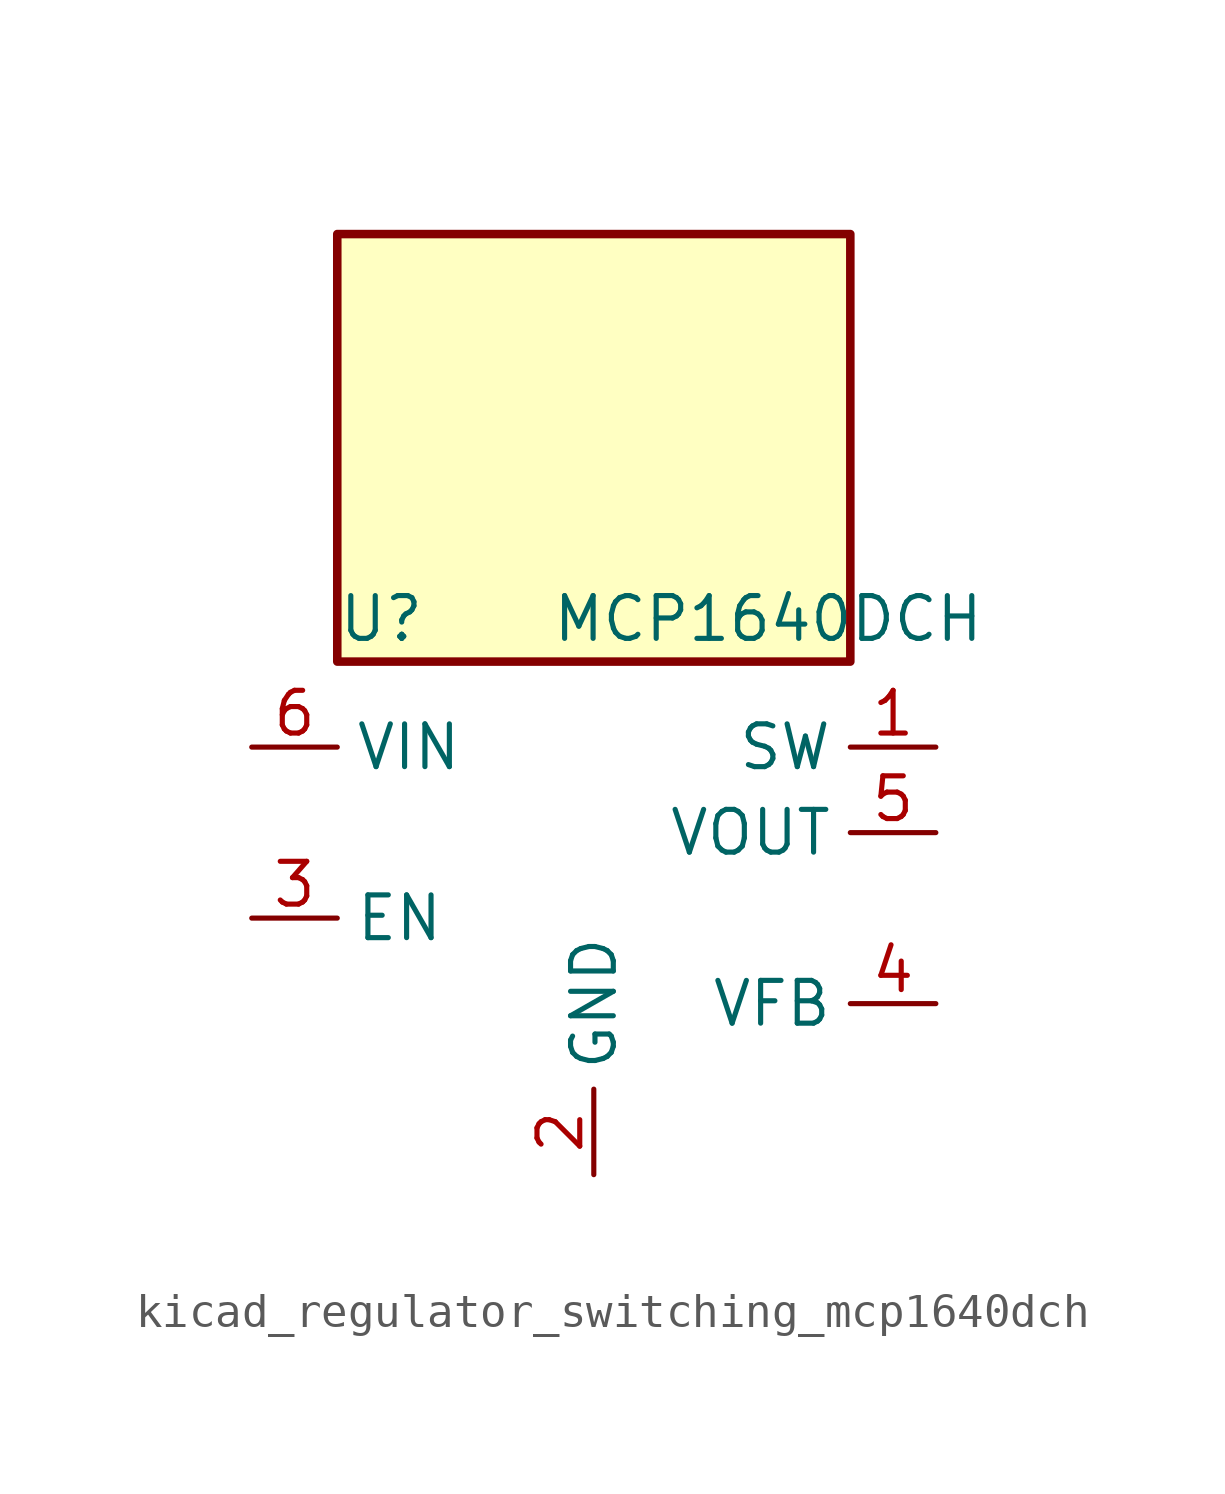
<source format=kicad_sym>
(kicad_symbol_lib
  (version 20220914)
  (generator kicad_symbol_editor)
  (symbol "kicad_regulator_switching_mcp1640dch"
    (property "Reference" "U"
      (at -7.62 8.89 0)
      (effects (font (size 1.27 1.27)) (justify left)))
    (property "Value" "MCP1640DCH"
      (at -1.27 8.89 0)
      (effects (font (size 1.27 1.27)) (justify left)))
    (symbol "kicad_regulator_switching_mcp1640dch_0_1"
      (rectangle (start 7.62 20.32) (end -7.62 7.62) (stroke (width 0.254) (type default)) (fill (type background))))
    (symbol "kicad_regulator_switching_mcp1640dch_1_1"
      (pin input line (at 10.16 5.08 180) (length 2.54) (name "SW" (effects (font (size 1.27 1.27)))) (number "1" (effects (font (size 1.27 1.27)))))
      (pin power_in line (at 0 -7.62 90) (length 2.54) (name "GND" (effects (font (size 1.27 1.27)))) (number "2" (effects (font (size 1.27 1.27)))))
      (pin input line (at -10.16 0 0) (length 2.54) (name "EN" (effects (font (size 1.27 1.27)))) (number "3" (effects (font (size 1.27 1.27)))))
      (pin input line (at 10.16 -2.54 180) (length 2.54) (name "VFB" (effects (font (size 1.27 1.27)))) (number "4" (effects (font (size 1.27 1.27)))))
      (pin power_out line (at 10.16 2.54 180) (length 2.54) (name "VOUT" (effects (font (size 1.27 1.27)))) (number "5" (effects (font (size 1.27 1.27)))))
      (pin power_in line (at -10.16 5.08 0) (length 2.54) (name "VIN" (effects (font (size 1.27 1.27)))) (number "6" (effects (font (size 1.27 1.27))))))))
</source>
